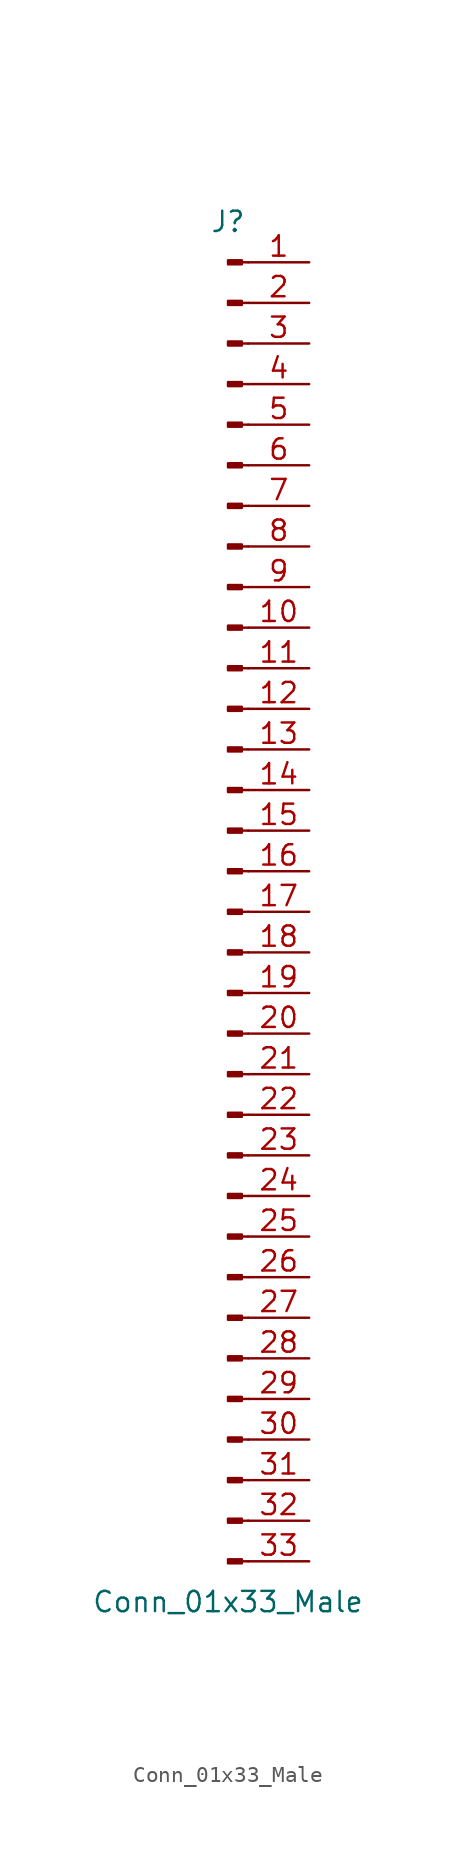
<source format=kicad_sym>
(kicad_symbol_lib
  (version 20211014)
  (generator kicad_symbol_editor)
  (symbol "Conn_01x33_Male"
    (pin_names
      (offset 1.016) hide)
    (property "Reference" "J"
      (at 0 43.18 0)
      (effects (font (size 1.27 1.27))))
    (property "Value" "Conn_01x33_Male"
      (at 0 -43.18 0)
      (effects (font (size 1.27 1.27))))
    (symbol "Conn_01x33_Male_1_1"
      (polyline (pts (xy 1.27 -40.64) (xy 0.864 -40.64)) (stroke (width 0.152) (type default) (color 0 0 0 0)) (fill (type none)))
      (polyline (pts (xy 1.27 -38.1) (xy 0.864 -38.1)) (stroke (width 0.152) (type default) (color 0 0 0 0)) (fill (type none)))
      (polyline (pts (xy 1.27 -35.56) (xy 0.864 -35.56)) (stroke (width 0.152) (type default) (color 0 0 0 0)) (fill (type none)))
      (polyline (pts (xy 1.27 -33.02) (xy 0.864 -33.02)) (stroke (width 0.152) (type default) (color 0 0 0 0)) (fill (type none)))
      (polyline (pts (xy 1.27 -30.48) (xy 0.864 -30.48)) (stroke (width 0.152) (type default) (color 0 0 0 0)) (fill (type none)))
      (polyline (pts (xy 1.27 -27.94) (xy 0.864 -27.94)) (stroke (width 0.152) (type default) (color 0 0 0 0)) (fill (type none)))
      (polyline (pts (xy 1.27 -25.4) (xy 0.864 -25.4)) (stroke (width 0.152) (type default) (color 0 0 0 0)) (fill (type none)))
      (polyline (pts (xy 1.27 -22.86) (xy 0.864 -22.86)) (stroke (width 0.152) (type default) (color 0 0 0 0)) (fill (type none)))
      (polyline (pts (xy 1.27 -20.32) (xy 0.864 -20.32)) (stroke (width 0.152) (type default) (color 0 0 0 0)) (fill (type none)))
      (polyline (pts (xy 1.27 -17.78) (xy 0.864 -17.78)) (stroke (width 0.152) (type default) (color 0 0 0 0)) (fill (type none)))
      (polyline (pts (xy 1.27 -15.24) (xy 0.864 -15.24)) (stroke (width 0.152) (type default) (color 0 0 0 0)) (fill (type none)))
      (polyline (pts (xy 1.27 -12.7) (xy 0.864 -12.7)) (stroke (width 0.152) (type default) (color 0 0 0 0)) (fill (type none)))
      (polyline (pts (xy 1.27 -10.16) (xy 0.864 -10.16)) (stroke (width 0.152) (type default) (color 0 0 0 0)) (fill (type none)))
      (polyline (pts (xy 1.27 -7.62) (xy 0.864 -7.62)) (stroke (width 0.152) (type default) (color 0 0 0 0)) (fill (type none)))
      (polyline (pts (xy 1.27 -5.08) (xy 0.864 -5.08)) (stroke (width 0.152) (type default) (color 0 0 0 0)) (fill (type none)))
      (polyline (pts (xy 1.27 -2.54) (xy 0.864 -2.54)) (stroke (width 0.152) (type default) (color 0 0 0 0)) (fill (type none)))
      (polyline (pts (xy 1.27 0) (xy 0.864 0)) (stroke (width 0.152) (type default) (color 0 0 0 0)) (fill (type none)))
      (polyline (pts (xy 1.27 2.54) (xy 0.864 2.54)) (stroke (width 0.152) (type default) (color 0 0 0 0)) (fill (type none)))
      (polyline (pts (xy 1.27 5.08) (xy 0.864 5.08)) (stroke (width 0.152) (type default) (color 0 0 0 0)) (fill (type none)))
      (polyline (pts (xy 1.27 7.62) (xy 0.864 7.62)) (stroke (width 0.152) (type default) (color 0 0 0 0)) (fill (type none)))
      (polyline (pts (xy 1.27 10.16) (xy 0.864 10.16)) (stroke (width 0.152) (type default) (color 0 0 0 0)) (fill (type none)))
      (polyline (pts (xy 1.27 12.7) (xy 0.864 12.7)) (stroke (width 0.152) (type default) (color 0 0 0 0)) (fill (type none)))
      (polyline (pts (xy 1.27 15.24) (xy 0.864 15.24)) (stroke (width 0.152) (type default) (color 0 0 0 0)) (fill (type none)))
      (polyline (pts (xy 1.27 17.78) (xy 0.864 17.78)) (stroke (width 0.152) (type default) (color 0 0 0 0)) (fill (type none)))
      (polyline (pts (xy 1.27 20.32) (xy 0.864 20.32)) (stroke (width 0.152) (type default) (color 0 0 0 0)) (fill (type none)))
      (polyline (pts (xy 1.27 22.86) (xy 0.864 22.86)) (stroke (width 0.152) (type default) (color 0 0 0 0)) (fill (type none)))
      (polyline (pts (xy 1.27 25.4) (xy 0.864 25.4)) (stroke (width 0.152) (type default) (color 0 0 0 0)) (fill (type none)))
      (polyline (pts (xy 1.27 27.94) (xy 0.864 27.94)) (stroke (width 0.152) (type default) (color 0 0 0 0)) (fill (type none)))
      (polyline (pts (xy 1.27 30.48) (xy 0.864 30.48)) (stroke (width 0.152) (type default) (color 0 0 0 0)) (fill (type none)))
      (polyline (pts (xy 1.27 33.02) (xy 0.864 33.02)) (stroke (width 0.152) (type default) (color 0 0 0 0)) (fill (type none)))
      (polyline (pts (xy 1.27 35.56) (xy 0.864 35.56)) (stroke (width 0.152) (type default) (color 0 0 0 0)) (fill (type none)))
      (polyline (pts (xy 1.27 38.1) (xy 0.864 38.1)) (stroke (width 0.152) (type default) (color 0 0 0 0)) (fill (type none)))
      (polyline (pts (xy 1.27 40.64) (xy 0.864 40.64)) (stroke (width 0.152) (type default) (color 0 0 0 0)) (fill (type none)))
      (rectangle (start 0.864 -40.513) (end 0 -40.767) (stroke (width 0.152) (type default) (color 0 0 0 0)) (fill (type outline)))
      (rectangle (start 0.864 -37.973) (end 0 -38.227) (stroke (width 0.152) (type default) (color 0 0 0 0)) (fill (type outline)))
      (rectangle (start 0.864 -35.433) (end 0 -35.687) (stroke (width 0.152) (type default) (color 0 0 0 0)) (fill (type outline)))
      (rectangle (start 0.864 -32.893) (end 0 -33.147) (stroke (width 0.152) (type default) (color 0 0 0 0)) (fill (type outline)))
      (rectangle (start 0.864 -30.353) (end 0 -30.607) (stroke (width 0.152) (type default) (color 0 0 0 0)) (fill (type outline)))
      (rectangle (start 0.864 -27.813) (end 0 -28.067) (stroke (width 0.152) (type default) (color 0 0 0 0)) (fill (type outline)))
      (rectangle (start 0.864 -25.273) (end 0 -25.527) (stroke (width 0.152) (type default) (color 0 0 0 0)) (fill (type outline)))
      (rectangle (start 0.864 -22.733) (end 0 -22.987) (stroke (width 0.152) (type default) (color 0 0 0 0)) (fill (type outline)))
      (rectangle (start 0.864 -20.193) (end 0 -20.447) (stroke (width 0.152) (type default) (color 0 0 0 0)) (fill (type outline)))
      (rectangle (start 0.864 -17.653) (end 0 -17.907) (stroke (width 0.152) (type default) (color 0 0 0 0)) (fill (type outline)))
      (rectangle (start 0.864 -15.113) (end 0 -15.367) (stroke (width 0.152) (type default) (color 0 0 0 0)) (fill (type outline)))
      (rectangle (start 0.864 -12.573) (end 0 -12.827) (stroke (width 0.152) (type default) (color 0 0 0 0)) (fill (type outline)))
      (rectangle (start 0.864 -10.033) (end 0 -10.287) (stroke (width 0.152) (type default) (color 0 0 0 0)) (fill (type outline)))
      (rectangle (start 0.864 -7.493) (end 0 -7.747) (stroke (width 0.152) (type default) (color 0 0 0 0)) (fill (type outline)))
      (rectangle (start 0.864 -4.953) (end 0 -5.207) (stroke (width 0.152) (type default) (color 0 0 0 0)) (fill (type outline)))
      (rectangle (start 0.864 -2.413) (end 0 -2.667) (stroke (width 0.152) (type default) (color 0 0 0 0)) (fill (type outline)))
      (rectangle (start 0.864 0.127) (end 0 -0.127) (stroke (width 0.152) (type default) (color 0 0 0 0)) (fill (type outline)))
      (rectangle (start 0.864 2.667) (end 0 2.413) (stroke (width 0.152) (type default) (color 0 0 0 0)) (fill (type outline)))
      (rectangle (start 0.864 5.207) (end 0 4.953) (stroke (width 0.152) (type default) (color 0 0 0 0)) (fill (type outline)))
      (rectangle (start 0.864 7.747) (end 0 7.493) (stroke (width 0.152) (type default) (color 0 0 0 0)) (fill (type outline)))
      (rectangle (start 0.864 10.287) (end 0 10.033) (stroke (width 0.152) (type default) (color 0 0 0 0)) (fill (type outline)))
      (rectangle (start 0.864 12.827) (end 0 12.573) (stroke (width 0.152) (type default) (color 0 0 0 0)) (fill (type outline)))
      (rectangle (start 0.864 15.367) (end 0 15.113) (stroke (width 0.152) (type default) (color 0 0 0 0)) (fill (type outline)))
      (rectangle (start 0.864 17.907) (end 0 17.653) (stroke (width 0.152) (type default) (color 0 0 0 0)) (fill (type outline)))
      (rectangle (start 0.864 20.447) (end 0 20.193) (stroke (width 0.152) (type default) (color 0 0 0 0)) (fill (type outline)))
      (rectangle (start 0.864 22.987) (end 0 22.733) (stroke (width 0.152) (type default) (color 0 0 0 0)) (fill (type outline)))
      (rectangle (start 0.864 25.527) (end 0 25.273) (stroke (width 0.152) (type default) (color 0 0 0 0)) (fill (type outline)))
      (rectangle (start 0.864 28.067) (end 0 27.813) (stroke (width 0.152) (type default) (color 0 0 0 0)) (fill (type outline)))
      (rectangle (start 0.864 30.607) (end 0 30.353) (stroke (width 0.152) (type default) (color 0 0 0 0)) (fill (type outline)))
      (rectangle (start 0.864 33.147) (end 0 32.893) (stroke (width 0.152) (type default) (color 0 0 0 0)) (fill (type outline)))
      (rectangle (start 0.864 35.687) (end 0 35.433) (stroke (width 0.152) (type default) (color 0 0 0 0)) (fill (type outline)))
      (rectangle (start 0.864 38.227) (end 0 37.973) (stroke (width 0.152) (type default) (color 0 0 0 0)) (fill (type outline)))
      (rectangle (start 0.864 40.767) (end 0 40.513) (stroke (width 0.152) (type default) (color 0 0 0 0)) (fill (type outline)))
      (pin passive line (at 5.08 40.64 180) (length 3.81) (name "Pin_1" (effects (font (size 1.27 1.27)))) (number "1" (effects (font (size 1.27 1.27)))))
      (pin passive line (at 5.08 17.78 180) (length 3.81) (name "Pin_10" (effects (font (size 1.27 1.27)))) (number "10" (effects (font (size 1.27 1.27)))))
      (pin passive line (at 5.08 15.24 180) (length 3.81) (name "Pin_11" (effects (font (size 1.27 1.27)))) (number "11" (effects (font (size 1.27 1.27)))))
      (pin passive line (at 5.08 12.7 180) (length 3.81) (name "Pin_12" (effects (font (size 1.27 1.27)))) (number "12" (effects (font (size 1.27 1.27)))))
      (pin passive line (at 5.08 10.16 180) (length 3.81) (name "Pin_13" (effects (font (size 1.27 1.27)))) (number "13" (effects (font (size 1.27 1.27)))))
      (pin passive line (at 5.08 7.62 180) (length 3.81) (name "Pin_14" (effects (font (size 1.27 1.27)))) (number "14" (effects (font (size 1.27 1.27)))))
      (pin passive line (at 5.08 5.08 180) (length 3.81) (name "Pin_15" (effects (font (size 1.27 1.27)))) (number "15" (effects (font (size 1.27 1.27)))))
      (pin passive line (at 5.08 2.54 180) (length 3.81) (name "Pin_16" (effects (font (size 1.27 1.27)))) (number "16" (effects (font (size 1.27 1.27)))))
      (pin passive line (at 5.08 0 180) (length 3.81) (name "Pin_17" (effects (font (size 1.27 1.27)))) (number "17" (effects (font (size 1.27 1.27)))))
      (pin passive line (at 5.08 -2.54 180) (length 3.81) (name "Pin_18" (effects (font (size 1.27 1.27)))) (number "18" (effects (font (size 1.27 1.27)))))
      (pin passive line (at 5.08 -5.08 180) (length 3.81) (name "Pin_19" (effects (font (size 1.27 1.27)))) (number "19" (effects (font (size 1.27 1.27)))))
      (pin passive line (at 5.08 38.1 180) (length 3.81) (name "Pin_2" (effects (font (size 1.27 1.27)))) (number "2" (effects (font (size 1.27 1.27)))))
      (pin passive line (at 5.08 -7.62 180) (length 3.81) (name "Pin_20" (effects (font (size 1.27 1.27)))) (number "20" (effects (font (size 1.27 1.27)))))
      (pin passive line (at 5.08 -10.16 180) (length 3.81) (name "Pin_21" (effects (font (size 1.27 1.27)))) (number "21" (effects (font (size 1.27 1.27)))))
      (pin passive line (at 5.08 -12.7 180) (length 3.81) (name "Pin_22" (effects (font (size 1.27 1.27)))) (number "22" (effects (font (size 1.27 1.27)))))
      (pin passive line (at 5.08 -15.24 180) (length 3.81) (name "Pin_23" (effects (font (size 1.27 1.27)))) (number "23" (effects (font (size 1.27 1.27)))))
      (pin passive line (at 5.08 -17.78 180) (length 3.81) (name "Pin_24" (effects (font (size 1.27 1.27)))) (number "24" (effects (font (size 1.27 1.27)))))
      (pin passive line (at 5.08 -20.32 180) (length 3.81) (name "Pin_25" (effects (font (size 1.27 1.27)))) (number "25" (effects (font (size 1.27 1.27)))))
      (pin passive line (at 5.08 -22.86 180) (length 3.81) (name "Pin_26" (effects (font (size 1.27 1.27)))) (number "26" (effects (font (size 1.27 1.27)))))
      (pin passive line (at 5.08 -25.4 180) (length 3.81) (name "Pin_27" (effects (font (size 1.27 1.27)))) (number "27" (effects (font (size 1.27 1.27)))))
      (pin passive line (at 5.08 -27.94 180) (length 3.81) (name "Pin_28" (effects (font (size 1.27 1.27)))) (number "28" (effects (font (size 1.27 1.27)))))
      (pin passive line (at 5.08 -30.48 180) (length 3.81) (name "Pin_29" (effects (font (size 1.27 1.27)))) (number "29" (effects (font (size 1.27 1.27)))))
      (pin passive line (at 5.08 35.56 180) (length 3.81) (name "Pin_3" (effects (font (size 1.27 1.27)))) (number "3" (effects (font (size 1.27 1.27)))))
      (pin passive line (at 5.08 -33.02 180) (length 3.81) (name "Pin_30" (effects (font (size 1.27 1.27)))) (number "30" (effects (font (size 1.27 1.27)))))
      (pin passive line (at 5.08 -35.56 180) (length 3.81) (name "Pin_31" (effects (font (size 1.27 1.27)))) (number "31" (effects (font (size 1.27 1.27)))))
      (pin passive line (at 5.08 -38.1 180) (length 3.81) (name "Pin_32" (effects (font (size 1.27 1.27)))) (number "32" (effects (font (size 1.27 1.27)))))
      (pin passive line (at 5.08 -40.64 180) (length 3.81) (name "Pin_33" (effects (font (size 1.27 1.27)))) (number "33" (effects (font (size 1.27 1.27)))))
      (pin passive line (at 5.08 33.02 180) (length 3.81) (name "Pin_4" (effects (font (size 1.27 1.27)))) (number "4" (effects (font (size 1.27 1.27)))))
      (pin passive line (at 5.08 30.48 180) (length 3.81) (name "Pin_5" (effects (font (size 1.27 1.27)))) (number "5" (effects (font (size 1.27 1.27)))))
      (pin passive line (at 5.08 27.94 180) (length 3.81) (name "Pin_6" (effects (font (size 1.27 1.27)))) (number "6" (effects (font (size 1.27 1.27)))))
      (pin passive line (at 5.08 25.4 180) (length 3.81) (name "Pin_7" (effects (font (size 1.27 1.27)))) (number "7" (effects (font (size 1.27 1.27)))))
      (pin passive line (at 5.08 22.86 180) (length 3.81) (name "Pin_8" (effects (font (size 1.27 1.27)))) (number "8" (effects (font (size 1.27 1.27)))))
      (pin passive line (at 5.08 20.32 180) (length 3.81) (name "Pin_9" (effects (font (size 1.27 1.27)))) (number "9" (effects (font (size 1.27 1.27))))))))
</source>
